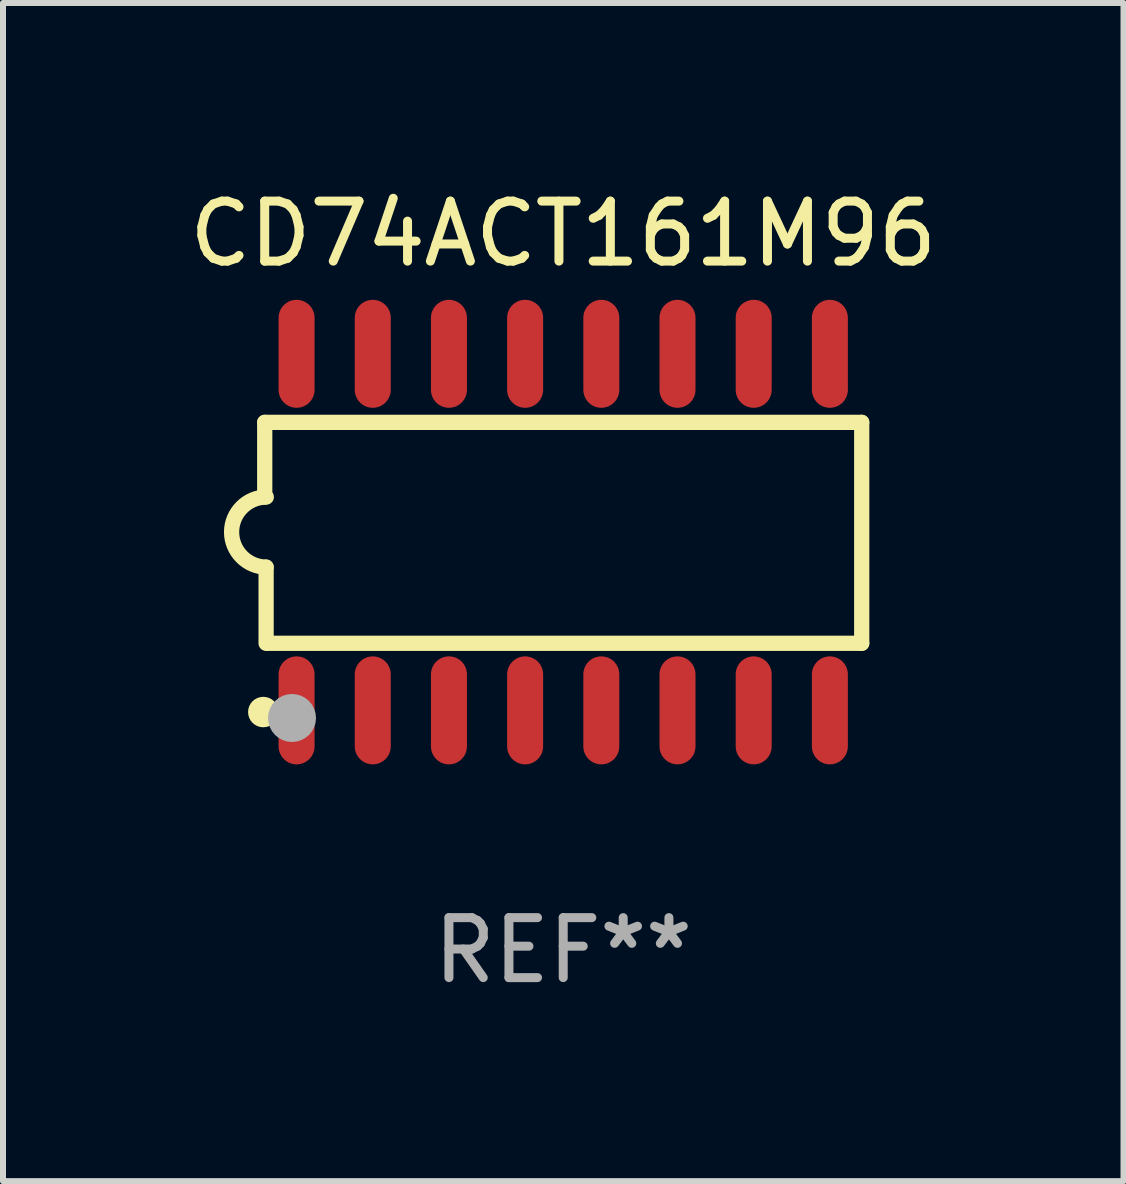
<source format=kicad_pcb>
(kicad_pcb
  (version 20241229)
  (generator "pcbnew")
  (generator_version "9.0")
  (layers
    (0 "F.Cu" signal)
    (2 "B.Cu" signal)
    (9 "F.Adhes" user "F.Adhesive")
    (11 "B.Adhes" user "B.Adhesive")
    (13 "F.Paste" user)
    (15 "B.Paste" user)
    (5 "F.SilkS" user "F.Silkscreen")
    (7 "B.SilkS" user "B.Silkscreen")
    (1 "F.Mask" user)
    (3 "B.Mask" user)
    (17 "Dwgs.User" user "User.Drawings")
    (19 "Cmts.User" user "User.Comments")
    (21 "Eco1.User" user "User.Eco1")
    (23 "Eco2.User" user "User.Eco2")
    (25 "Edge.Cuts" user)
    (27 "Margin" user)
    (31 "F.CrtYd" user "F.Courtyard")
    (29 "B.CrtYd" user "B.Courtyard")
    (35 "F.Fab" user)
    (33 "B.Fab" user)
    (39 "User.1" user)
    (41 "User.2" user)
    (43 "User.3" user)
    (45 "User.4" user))
  (footprint "CD74ACT161M96"
    (layer "F.Cu")
    (at 6.339 5.82)
    (property "Reference" "CD74ACT161M96" (at 0 -4.972 0) (layer "F.SilkS") (effects (font (size 1 1) (thickness 0.15))))
    (attr through_hole)
    (fp_line (start -4.976 -1.829) (end -4.976 -0.584) (stroke (width 0.254) (type solid)) (layer "F.SilkS"))
    (fp_line (start -4.953 0.584) (end -4.953 1.854) (stroke (width 0.254) (type solid)) (layer "F.SilkS"))
    (fp_line (start -4.928 1.854) (end 4.976 1.854) (stroke (width 0.254) (type solid)) (layer "F.SilkS"))
    (fp_line (start 4.976 -1.829) (end -4.976 -1.829) (stroke (width 0.254) (type solid)) (layer "F.SilkS"))
    (fp_line (start 4.976 1.854) (end 4.976 -1.829) (stroke (width 0.254) (type solid)) (layer "F.SilkS"))
    (fp_arc (start -4.95301 0.584201) (mid -5.533866 -0.00152) (end -4.950088 -0.584329) (stroke (width 0.254001) (type solid)) (layer "F.SilkS"))
    (fp_circle (center -5 3) (end -4.873 3) (stroke (width 0.254) (type solid)) (fill no) (layer "F.SilkS"))
    (fp_circle (center -4.521 3.099) (end -4.321 3.099) (stroke (width 0.4) (type solid)) (fill no) (layer "F.Fab"))
    (fp_text user "REF**" (at 0 6.972 0) (layer "F.Fab") (effects (font (size 1 1) (thickness 0.15))))
    (pad "1" smd oval (at -4.445 2.972 180) (size 0.6 1.8) (layers "F.Cu" "F.Mask" "F.Paste"))
    (pad "2" smd oval (at -3.175 2.972 180) (size 0.6 1.8) (layers "F.Cu" "F.Mask" "F.Paste"))
    (pad "3" smd oval (at -1.905 2.972 180) (size 0.6 1.8) (layers "F.Cu" "F.Mask" "F.Paste"))
    (pad "4" smd oval (at -0.635 2.972 180) (size 0.6 1.8) (layers "F.Cu" "F.Mask" "F.Paste"))
    (pad "5" smd oval (at 0.635 2.972 180) (size 0.6 1.8) (layers "F.Cu" "F.Mask" "F.Paste"))
    (pad "6" smd oval (at 1.905 2.972 180) (size 0.6 1.8) (layers "F.Cu" "F.Mask" "F.Paste"))
    (pad "7" smd oval (at 3.175 2.972 180) (size 0.6 1.8) (layers "F.Cu" "F.Mask" "F.Paste"))
    (pad "8" smd oval (at 4.445 2.972 180) (size 0.6 1.8) (layers "F.Cu" "F.Mask" "F.Paste"))
    (pad "9" smd oval (at 4.445 -2.972 180) (size 0.6 1.8) (layers "F.Cu" "F.Mask" "F.Paste"))
    (pad "10" smd oval (at 3.175 -2.972 180) (size 0.6 1.8) (layers "F.Cu" "F.Mask" "F.Paste"))
    (pad "11" smd oval (at 1.905 -2.972 180) (size 0.6 1.8) (layers "F.Cu" "F.Mask" "F.Paste"))
    (pad "12" smd oval (at 0.635 -2.972 180) (size 0.6 1.8) (layers "F.Cu" "F.Mask" "F.Paste"))
    (pad "13" smd oval (at -0.635 -2.972 180) (size 0.6 1.8) (layers "F.Cu" "F.Mask" "F.Paste"))
    (pad "14" smd oval (at -1.905 -2.972 180) (size 0.6 1.8) (layers "F.Cu" "F.Mask" "F.Paste"))
    (pad "15" smd oval (at -3.175 -2.972 180) (size 0.6 1.8) (layers "F.Cu" "F.Mask" "F.Paste"))
    (pad "16" smd oval (at -4.445 -2.972 180) (size 0.6 1.8) (layers "F.Cu" "F.Mask" "F.Paste")))
  (gr_rect
    (start -3 -3)
    (end 15.679 16.64)
    (stroke (width 0.1) (type default))
    (fill no)
    (layer "Edge.Cuts")))
</source>
